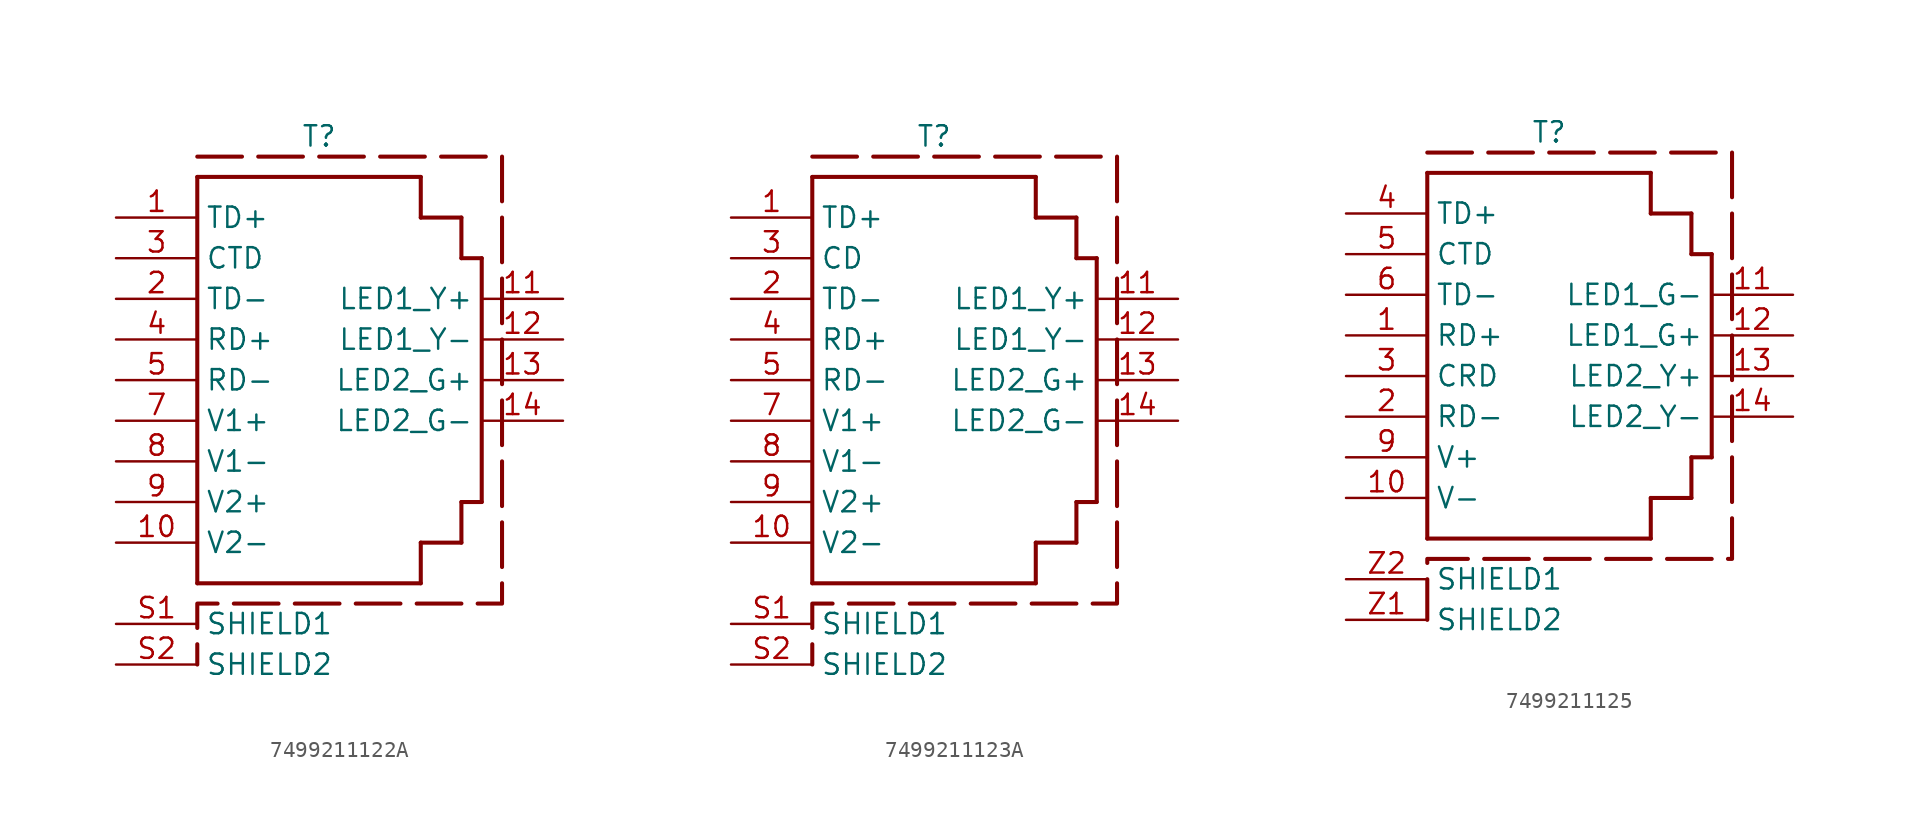
<source format=kicad_sym>
(kicad_symbol_lib
  (version 20220914)
  (generator kicad_symbol_editor)
  (symbol "7499211122A"
    (property "Reference" "T"
      (at 0 15.24 0)
      (effects (font (size 1.27 1.27))))
    (property "Critical Parameter" ""
      (at 0 -5.08 0)
      (effects (font (size 1.27 1.27)) (justify left)))
    (symbol "7499211122A_0_0"
      (polyline (pts (xy -7.62 -12.7) (xy -7.62 12.7)) (stroke (width 0.254) (type default)) (fill (type none)))
      (polyline (pts (xy -7.62 12.7) (xy 6.35 12.7)) (stroke (width 0.254) (type default)) (fill (type none)))
      (polyline (pts (xy 6.35 -12.7) (xy -7.62 -12.7)) (stroke (width 0.254) (type default)) (fill (type none)))
      (polyline (pts (xy 6.35 -12.7) (xy 6.35 -10.16)) (stroke (width 0.254) (type default)) (fill (type none)))
      (polyline (pts (xy 6.35 -10.16) (xy 8.89 -10.16)) (stroke (width 0.254) (type default)) (fill (type none)))
      (polyline (pts (xy 6.35 10.16) (xy 8.89 10.16)) (stroke (width 0.254) (type default)) (fill (type none)))
      (polyline (pts (xy 6.35 12.7) (xy 6.35 10.16)) (stroke (width 0.254) (type default)) (fill (type none)))
      (polyline (pts (xy 8.89 -10.16) (xy 8.89 -7.62)) (stroke (width 0.254) (type default)) (fill (type none)))
      (polyline (pts (xy 8.89 -7.62) (xy 10.16 -7.62)) (stroke (width 0.254) (type default)) (fill (type none)))
      (polyline (pts (xy 8.89 7.62) (xy 10.16 7.62)) (stroke (width 0.254) (type default)) (fill (type none)))
      (polyline (pts (xy 8.89 10.16) (xy 8.89 7.62)) (stroke (width 0.254) (type default)) (fill (type none)))
      (polyline (pts (xy 10.16 7.62) (xy 10.16 -7.62)) (stroke (width 0.254) (type default)) (fill (type none)))
      (pin passive line (at -12.7 10.16 0) (length 5.08) (name "TD+" (effects (font (size 1.27 1.27)))) (number "1" (effects (font (size 1.27 1.27)))))
      (pin passive line (at -12.7 -10.16 0) (length 5.08) (name "V2-" (effects (font (size 1.27 1.27)))) (number "10" (effects (font (size 1.27 1.27)))))
      (pin passive line (at -12.7 5.08 0) (length 5.08) (name "TD-" (effects (font (size 1.27 1.27)))) (number "2" (effects (font (size 1.27 1.27)))))
      (pin passive line (at -12.7 7.62 0) (length 5.08) (name "CTD" (effects (font (size 1.27 1.27)))) (number "3" (effects (font (size 1.27 1.27)))))
      (pin passive line (at -12.7 2.54 0) (length 5.08) (name "RD+" (effects (font (size 1.27 1.27)))) (number "4" (effects (font (size 1.27 1.27)))))
      (pin passive line (at -12.7 0 0) (length 5.08) (name "RD-" (effects (font (size 1.27 1.27)))) (number "5" (effects (font (size 1.27 1.27)))))
      (pin passive line (at -12.7 -2.54 0) (length 5.08) (name "V1+" (effects (font (size 1.27 1.27)))) (number "7" (effects (font (size 1.27 1.27)))))
      (pin passive line (at -12.7 -5.08 0) (length 5.08) (name "V1-" (effects (font (size 1.27 1.27)))) (number "8" (effects (font (size 1.27 1.27)))))
      (pin passive line (at -12.7 -7.62 0) (length 5.08) (name "V2+" (effects (font (size 1.27 1.27)))) (number "9" (effects (font (size 1.27 1.27)))))
      (pin passive line (at -12.7 -15.24 0) (length 5.08) (name "SHIELD1" (effects (font (size 1.27 1.27)))) (number "S1" (effects (font (size 1.27 1.27)))))
      (pin passive line (at -12.7 -17.78 0) (length 5.08) (name "SHIELD2" (effects (font (size 1.27 1.27)))) (number "S2" (effects (font (size 1.27 1.27))))))
    (symbol "7499211122A_1_0"
      (pin passive line (at 15.24 5.08 180) (length 5.08) (name "LED1_Y+" (effects (font (size 1.27 1.27)))) (number "11" (effects (font (size 1.27 1.27)))))
      (pin passive line (at 15.24 2.54 180) (length 5.08) (name "LED1_Y-" (effects (font (size 1.27 1.27)))) (number "12" (effects (font (size 1.27 1.27)))))
      (pin passive line (at 15.24 0 180) (length 5.08) (name "LED2_G+" (effects (font (size 1.27 1.27)))) (number "13" (effects (font (size 1.27 1.27)))))
      (pin passive line (at 15.24 -2.54 180) (length 5.08) (name "LED2_G-" (effects (font (size 1.27 1.27)))) (number "14" (effects (font (size 1.27 1.27))))))
    (symbol "7499211122A_1_1"
      (polyline (pts (xy -7.62 13.97) (xy 11.43 13.97) (xy 11.43 -13.97) (xy -7.62 -13.97) (xy -7.62 -17.78)) (stroke (width 0.254) (type dash)) (fill (type none)))))
  (symbol "7499211123A"
    (property "Reference" "T"
      (at 0 15.24 0)
      (effects (font (size 1.27 1.27))))
    (property "Critical Parameter" ""
      (at 0 -5.08 0)
      (effects (font (size 1.27 1.27)) (justify left)))
    (symbol "7499211123A_0_0"
      (polyline (pts (xy -7.62 -12.7) (xy -7.62 12.7)) (stroke (width 0.254) (type default)) (fill (type none)))
      (polyline (pts (xy -7.62 12.7) (xy 6.35 12.7)) (stroke (width 0.254) (type default)) (fill (type none)))
      (polyline (pts (xy 6.35 -12.7) (xy -7.62 -12.7)) (stroke (width 0.254) (type default)) (fill (type none)))
      (polyline (pts (xy 6.35 -12.7) (xy 6.35 -10.16)) (stroke (width 0.254) (type default)) (fill (type none)))
      (polyline (pts (xy 6.35 -10.16) (xy 8.89 -10.16)) (stroke (width 0.254) (type default)) (fill (type none)))
      (polyline (pts (xy 6.35 10.16) (xy 8.89 10.16)) (stroke (width 0.254) (type default)) (fill (type none)))
      (polyline (pts (xy 6.35 12.7) (xy 6.35 10.16)) (stroke (width 0.254) (type default)) (fill (type none)))
      (polyline (pts (xy 8.89 -10.16) (xy 8.89 -7.62)) (stroke (width 0.254) (type default)) (fill (type none)))
      (polyline (pts (xy 8.89 -7.62) (xy 10.16 -7.62)) (stroke (width 0.254) (type default)) (fill (type none)))
      (polyline (pts (xy 8.89 7.62) (xy 10.16 7.62)) (stroke (width 0.254) (type default)) (fill (type none)))
      (polyline (pts (xy 8.89 10.16) (xy 8.89 7.62)) (stroke (width 0.254) (type default)) (fill (type none)))
      (polyline (pts (xy 10.16 7.62) (xy 10.16 -7.62)) (stroke (width 0.254) (type default)) (fill (type none)))
      (pin passive line (at -12.7 10.16 0) (length 5.08) (name "TD+" (effects (font (size 1.27 1.27)))) (number "1" (effects (font (size 1.27 1.27)))))
      (pin passive line (at -12.7 -10.16 0) (length 5.08) (name "V2-" (effects (font (size 1.27 1.27)))) (number "10" (effects (font (size 1.27 1.27)))))
      (pin passive line (at -12.7 5.08 0) (length 5.08) (name "TD-" (effects (font (size 1.27 1.27)))) (number "2" (effects (font (size 1.27 1.27)))))
      (pin passive line (at -12.7 7.62 0) (length 5.08) (name "CD" (effects (font (size 1.27 1.27)))) (number "3" (effects (font (size 1.27 1.27)))))
      (pin passive line (at -12.7 2.54 0) (length 5.08) (name "RD+" (effects (font (size 1.27 1.27)))) (number "4" (effects (font (size 1.27 1.27)))))
      (pin passive line (at -12.7 0 0) (length 5.08) (name "RD-" (effects (font (size 1.27 1.27)))) (number "5" (effects (font (size 1.27 1.27)))))
      (pin passive line (at -12.7 -2.54 0) (length 5.08) (name "V1+" (effects (font (size 1.27 1.27)))) (number "7" (effects (font (size 1.27 1.27)))))
      (pin passive line (at -12.7 -5.08 0) (length 5.08) (name "V1-" (effects (font (size 1.27 1.27)))) (number "8" (effects (font (size 1.27 1.27)))))
      (pin passive line (at -12.7 -7.62 0) (length 5.08) (name "V2+" (effects (font (size 1.27 1.27)))) (number "9" (effects (font (size 1.27 1.27)))))
      (pin passive line (at -12.7 -15.24 0) (length 5.08) (name "SHIELD1" (effects (font (size 1.27 1.27)))) (number "S1" (effects (font (size 1.27 1.27)))))
      (pin passive line (at -12.7 -17.78 0) (length 5.08) (name "SHIELD2" (effects (font (size 1.27 1.27)))) (number "S2" (effects (font (size 1.27 1.27))))))
    (symbol "7499211123A_1_0"
      (pin passive line (at 15.24 5.08 180) (length 5.08) (name "LED1_Y+" (effects (font (size 1.27 1.27)))) (number "11" (effects (font (size 1.27 1.27)))))
      (pin passive line (at 15.24 2.54 180) (length 5.08) (name "LED1_Y-" (effects (font (size 1.27 1.27)))) (number "12" (effects (font (size 1.27 1.27)))))
      (pin passive line (at 15.24 0 180) (length 5.08) (name "LED2_G+" (effects (font (size 1.27 1.27)))) (number "13" (effects (font (size 1.27 1.27)))))
      (pin passive line (at 15.24 -2.54 180) (length 5.08) (name "LED2_G-" (effects (font (size 1.27 1.27)))) (number "14" (effects (font (size 1.27 1.27))))))
    (symbol "7499211123A_1_1"
      (polyline (pts (xy -7.62 13.97) (xy 11.43 13.97) (xy 11.43 -13.97) (xy -7.62 -13.97) (xy -7.62 -17.78)) (stroke (width 0.254) (type dash)) (fill (type none)))))
  (symbol "7499211125"
    (property "Reference" "T"
      (at 0 15.24 0)
      (effects (font (size 1.27 1.27))))
    (property "Critical Parameter" ""
      (at 0 -5.08 0)
      (effects (font (size 1.27 1.27)) (justify left)))
    (symbol "7499211125_0_0"
      (polyline (pts (xy -7.62 -10.16) (xy -7.62 12.7)) (stroke (width 0.254) (type default)) (fill (type none)))
      (polyline (pts (xy -7.62 12.7) (xy 6.35 12.7)) (stroke (width 0.254) (type default)) (fill (type none)))
      (polyline (pts (xy 6.35 -10.16) (xy -7.62 -10.16)) (stroke (width 0.254) (type default)) (fill (type none)))
      (polyline (pts (xy 6.35 -10.16) (xy 6.35 -7.62)) (stroke (width 0.254) (type default)) (fill (type none)))
      (polyline (pts (xy 6.35 -7.62) (xy 8.89 -7.62)) (stroke (width 0.254) (type default)) (fill (type none)))
      (polyline (pts (xy 6.35 10.16) (xy 8.89 10.16)) (stroke (width 0.254) (type default)) (fill (type none)))
      (polyline (pts (xy 6.35 12.7) (xy 6.35 10.16)) (stroke (width 0.254) (type default)) (fill (type none)))
      (polyline (pts (xy 8.89 -7.62) (xy 8.89 -5.08)) (stroke (width 0.254) (type default)) (fill (type none)))
      (polyline (pts (xy 8.89 -5.08) (xy 10.16 -5.08)) (stroke (width 0.254) (type default)) (fill (type none)))
      (polyline (pts (xy 8.89 7.62) (xy 10.16 7.62)) (stroke (width 0.254) (type default)) (fill (type none)))
      (polyline (pts (xy 8.89 10.16) (xy 8.89 7.62)) (stroke (width 0.254) (type default)) (fill (type none)))
      (polyline (pts (xy 10.16 7.62) (xy 10.16 -5.08)) (stroke (width 0.254) (type default)) (fill (type none)))
      (pin passive line (at -12.7 2.54 0) (length 5.08) (name "RD+" (effects (font (size 1.27 1.27)))) (number "1" (effects (font (size 1.27 1.27)))))
      (pin passive line (at -12.7 -7.62 0) (length 5.08) (name "V-" (effects (font (size 1.27 1.27)))) (number "10" (effects (font (size 1.27 1.27)))))
      (pin passive line (at -12.7 -2.54 0) (length 5.08) (name "RD-" (effects (font (size 1.27 1.27)))) (number "2" (effects (font (size 1.27 1.27)))))
      (pin passive line (at -12.7 0 0) (length 5.08) (name "CRD" (effects (font (size 1.27 1.27)))) (number "3" (effects (font (size 1.27 1.27)))))
      (pin passive line (at -12.7 10.16 0) (length 5.08) (name "TD+" (effects (font (size 1.27 1.27)))) (number "4" (effects (font (size 1.27 1.27)))))
      (pin passive line (at -12.7 7.62 0) (length 5.08) (name "CTD" (effects (font (size 1.27 1.27)))) (number "5" (effects (font (size 1.27 1.27)))))
      (pin passive line (at -12.7 5.08 0) (length 5.08) (name "TD-" (effects (font (size 1.27 1.27)))) (number "6" (effects (font (size 1.27 1.27)))))
      (pin passive line (at -12.7 -5.08 0) (length 5.08) (name "V+" (effects (font (size 1.27 1.27)))) (number "9" (effects (font (size 1.27 1.27)))))
      (pin passive line (at -12.7 -15.24 0) (length 5.08) (name "SHIELD2" (effects (font (size 1.27 1.27)))) (number "Z1" (effects (font (size 1.27 1.27)))))
      (pin passive line (at -12.7 -12.7 0) (length 5.08) (name "SHIELD1" (effects (font (size 1.27 1.27)))) (number "Z2" (effects (font (size 1.27 1.27))))))
    (symbol "7499211125_1_0"
      (pin passive line (at 15.24 5.08 180) (length 5.08) (name "LED1_G-" (effects (font (size 1.27 1.27)))) (number "11" (effects (font (size 1.27 1.27)))))
      (pin passive line (at 15.24 2.54 180) (length 5.08) (name "LED1_G+" (effects (font (size 1.27 1.27)))) (number "12" (effects (font (size 1.27 1.27)))))
      (pin passive line (at 15.24 0 180) (length 5.08) (name "LED2_Y+" (effects (font (size 1.27 1.27)))) (number "13" (effects (font (size 1.27 1.27)))))
      (pin passive line (at 15.24 -2.54 180) (length 5.08) (name "LED2_Y-" (effects (font (size 1.27 1.27)))) (number "14" (effects (font (size 1.27 1.27))))))
    (symbol "7499211125_1_1"
      (polyline (pts (xy -7.62 13.97) (xy 11.43 13.97) (xy 11.43 -11.43) (xy -7.62 -11.43) (xy -7.62 -15.24)) (stroke (width 0.254) (type dash)) (fill (type none))))))
</source>
